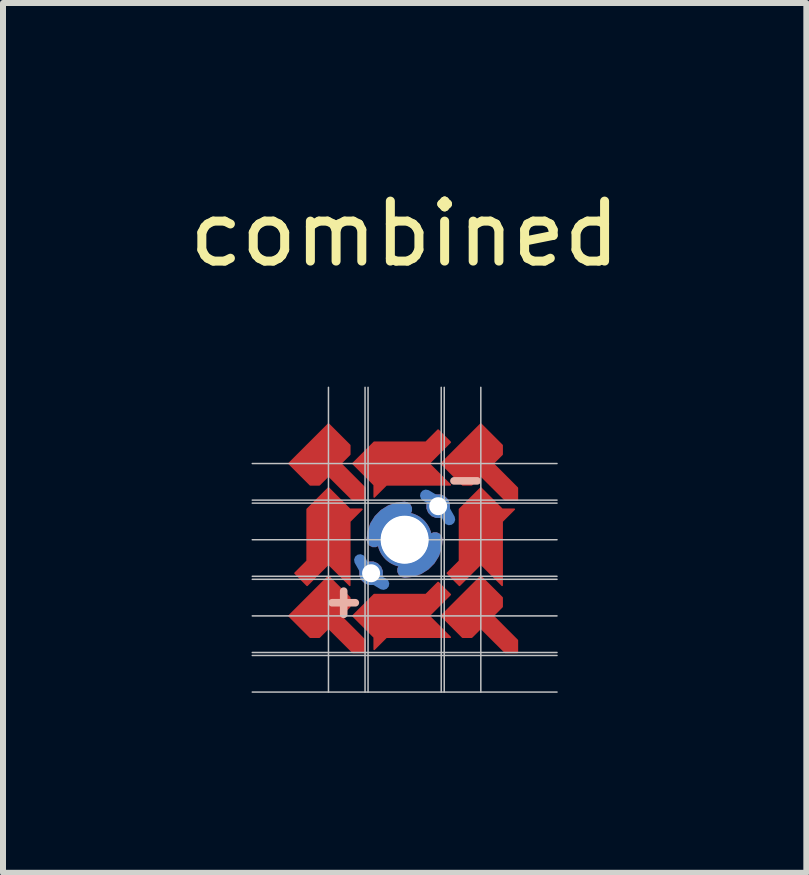
<source format=kicad_pcb>
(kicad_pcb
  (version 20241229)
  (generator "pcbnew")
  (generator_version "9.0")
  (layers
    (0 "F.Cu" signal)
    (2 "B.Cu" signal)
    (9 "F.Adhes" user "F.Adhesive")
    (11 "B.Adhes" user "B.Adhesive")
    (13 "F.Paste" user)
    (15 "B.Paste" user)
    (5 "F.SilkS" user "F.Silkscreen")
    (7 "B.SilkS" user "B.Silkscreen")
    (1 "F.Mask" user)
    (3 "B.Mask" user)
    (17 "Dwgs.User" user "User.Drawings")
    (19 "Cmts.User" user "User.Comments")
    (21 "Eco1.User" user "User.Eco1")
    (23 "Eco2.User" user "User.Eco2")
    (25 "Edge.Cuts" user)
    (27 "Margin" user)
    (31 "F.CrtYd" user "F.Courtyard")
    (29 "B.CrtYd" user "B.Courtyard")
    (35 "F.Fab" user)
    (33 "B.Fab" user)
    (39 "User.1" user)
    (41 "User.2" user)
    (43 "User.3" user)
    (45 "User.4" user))
  (footprint "combined"
    (layer "F.Cu")
    (at 3.696 5.948)
    (property "Reference" "combined" (at 0 -5.1 0) (layer "F.SilkS") (effects (font (size 1 1) (thickness 0.15))))
    (attr through_hole)
    (fp_line (start -2.54 -1.27) (end 2.54 -1.27) (stroke (width 0.025) (type solid)) (layer "Dwgs.User"))
    (fp_line (start -2.54 0) (end 2.54 0) (stroke (width 0.025) (type solid)) (layer "Dwgs.User"))
    (fp_line (start -2.54 1.27) (end 2.54 1.27) (stroke (width 0.025) (type solid)) (layer "Dwgs.User"))
    (fp_line (start -2.54 2.54) (end 2.54 2.54) (stroke (width 0.025) (type solid)) (layer "Dwgs.User"))
    (fp_line (start -1.27 -2.54) (end -1.27 2.54) (stroke (width 0.025) (type solid)) (layer "Dwgs.User"))
    (fp_line (start -0.66 2.54) (end -0.66 -2.54) (stroke (width 0.025) (type solid)) (layer "Dwgs.User"))
    (fp_line (start -0.61 2.54) (end -0.61 -2.54) (stroke (width 0.025) (type solid)) (layer "Dwgs.User"))
    (fp_line (start 0.61 2.54) (end 0.61 -2.54) (stroke (width 0.025) (type solid)) (layer "Dwgs.User"))
    (fp_line (start 0.66 2.54) (end 0.66 -2.54) (stroke (width 0.025) (type solid)) (layer "Dwgs.User"))
    (fp_line (start 1.27 2.54) (end 1.27 -2.54) (stroke (width 0.025) (type solid)) (layer "Dwgs.User"))
    (fp_line (start 2.54 -0.66) (end -2.54 -0.66) (stroke (width 0.025) (type solid)) (layer "Dwgs.User"))
    (fp_line (start 2.54 -0.61) (end -2.54 -0.61) (stroke (width 0.025) (type solid)) (layer "Dwgs.User"))
    (fp_line (start 2.54 0.61) (end -2.54 0.61) (stroke (width 0.025) (type solid)) (layer "Dwgs.User"))
    (fp_line (start 2.54 0.66) (end -2.54 0.66) (stroke (width 0.025) (type solid)) (layer "Dwgs.User"))
    (fp_line (start 2.54 1.88) (end -2.54 1.88) (stroke (width 0.025) (type solid)) (layer "Dwgs.User"))
    (fp_line (start 2.54 1.93) (end -2.54 1.93) (stroke (width 0.025) (type solid)) (layer "Dwgs.User"))
    (fp_text user "+" (at -1.016 1.016 0) (unlocked yes) (layer "B.SilkS") (effects (font (size 0.508 0.508) (thickness 0.127))))
    (fp_text user "-" (at 1.016 -1.016 0) (unlocked yes) (layer "B.SilkS") (effects (font (size 0.508 0.508) (thickness 0.127))))
    (pad "1" smd custom (at -1.27 -0.864) (size 0.025 0.025) (layers "F.Cu" "F.Mask" "F.Paste") (options (anchor circle)) (primitives (gr_poly (pts (xy 0 0) (xy 0.356 0.356) (xy 0.559 0.356) (xy 0.356 0.559) (xy 0.356 1.626) (xy 0 1.27) (xy -0.356 1.626) (xy -0.559 1.422) (xy -0.356 1.219) (xy -0.356 0.356)) (width 0.025) (fill yes))))
    (pad "1" smd custom (at -0.864 -1.27 90) (size 0.025 0.025) (layers "F.Cu" "F.Mask" "F.Paste") (options (anchor circle)) (primitives (gr_poly (pts (xy 0 0) (xy -0.356 0.356) (xy -0.559 0.356) (xy -0.356 0.559) (xy -0.356 1.626) (xy 0 1.27) (xy 0.356 1.626) (xy 0.559 1.422) (xy 0.356 1.219) (xy 0.356 0.356)) (width 0.025) (fill yes))))
    (pad "1" smd custom (at -0.864 1.27 90) (size 0.025 0.025) (layers "F.Cu" "F.Mask" "F.Paste") (options (anchor circle)) (primitives (gr_poly (pts (xy 0 0) (xy -0.356 0.356) (xy -0.559 0.356) (xy -0.356 0.559) (xy -0.356 1.626) (xy 0 1.27) (xy 0.356 1.626) (xy 0.559 1.422) (xy 0.356 1.219) (xy 0.356 0.356)) (width 0.025) (fill yes))))
    (pad "1" smd custom (at -0.66 -0.66) (size 0.025 0.025) (layers "F.Cu" "F.Mask" "F.Paste") (options (anchor circle)) (primitives (gr_poly (pts (xy 0 -0.203) (xy -0.406 -0.61) (xy -0.254 -0.762) (xy -0.254 -0.914) (xy -0.61 -1.27) (xy -1.27 -0.61) (xy -0.914 -0.254) (xy -0.762 -0.254) (xy -0.61 -0.406) (xy -0.203 0) (xy 0 0)) (width 0.025) (fill yes))))
    (pad "1" smd custom (at -0.66 1.88) (size 0.025 0.025) (layers "F.Cu" "F.Mask" "F.Paste") (options (anchor circle)) (primitives (gr_poly (pts (xy 0 -0.203) (xy -0.406 -0.61) (xy -0.254 -0.762) (xy -0.254 -0.914) (xy -0.61 -1.27) (xy -1.27 -0.61) (xy -0.914 -0.254) (xy -0.762 -0.254) (xy -0.61 -0.406) (xy -0.203 0) (xy 0 0)) (width 0.025) (fill yes))))
    (pad "1" smd custom (at 0 0 270) (size 0.001 0.001) (layers "F.Cu" "F.Mask" "F.Paste") (options (anchor rect)) (primitives (gr_arc (start 0 -0.508) (mid 0.358583 -0.359837) (end 0.507997 -0.001773) (width 0.254))))
    (pad "1" smd custom (at 0 0 90) (size 0.001 0.001) (layers "F.Cu" "F.Mask" "F.Paste") (options (anchor rect)) (primitives (gr_arc (start 0 -0.508) (mid 0.358583 -0.359837) (end 0.507997 -0.001773) (width 0.254))))
    (pad "1" smd custom (at 0 0 90) (size 0.001 0.001) (layers "B.Cu" "B.Mask" "B.Paste") (options (anchor rect)) (primitives (gr_arc (start 0 -0.508) (mid 0.358895 -0.359525) (end 0.507998 -0.00089) (width 0.254))))
    (pad "1" smd custom (at 0 0 270) (size 0.001 0.001) (layers "B.Cu" "B.Mask" "B.Paste") (options (anchor rect)) (primitives (gr_arc (start 0 -0.508) (mid 0.358583 -0.359837) (end 0.507997 -0.001773) (width 0.254))))
    (pad "1" thru_hole circle (at 0 0) (size 0.889 0.889) (drill 0.8) (layers "*.Cu" "F.Mask"))
    (pad "1" thru_hole circle (at 0 0) (size 0.914 0.914) (drill 0.787) (layers "*.Cu" "*.Mask"))
    (pad "1" smd custom (at 1.27 -0.864) (size 0.025 0.025) (layers "F.Cu" "F.Mask" "F.Paste") (options (anchor circle)) (primitives (gr_poly (pts (xy 0 0) (xy 0.356 0.356) (xy 0.559 0.356) (xy 0.356 0.559) (xy 0.356 1.626) (xy 0 1.27) (xy -0.356 1.626) (xy -0.559 1.422) (xy -0.356 1.219) (xy -0.356 0.356)) (width 0.025) (fill yes))))
    (pad "1" smd custom (at 1.88 -0.66) (size 0.025 0.025) (layers "F.Cu" "F.Mask" "F.Paste") (options (anchor circle)) (primitives (gr_poly (pts (xy 0 -0.203) (xy -0.406 -0.61) (xy -0.254 -0.762) (xy -0.254 -0.914) (xy -0.61 -1.27) (xy -1.27 -0.61) (xy -0.914 -0.254) (xy -0.762 -0.254) (xy -0.61 -0.406) (xy -0.203 0) (xy 0 0)) (width 0.025) (fill yes))))
    (pad "1" smd custom (at 1.88 1.88) (size 0.025 0.025) (layers "F.Cu" "F.Mask" "F.Paste") (options (anchor circle)) (primitives (gr_poly (pts (xy 0 -0.203) (xy -0.406 -0.61) (xy -0.254 -0.762) (xy -0.254 -0.914) (xy -0.61 -1.27) (xy -1.27 -0.61) (xy -0.914 -0.254) (xy -0.762 -0.254) (xy -0.61 -0.406) (xy -0.203 0) (xy 0 0)) (width 0.025) (fill yes))))
    (pad "2" smd custom (at -0.635 0.635 90) (size 0.001 0.001) (layers "B.Cu" "B.Mask" "B.Paste") (options (anchor rect)) (primitives (gr_arc (start -0.1016 0.2794) (mid 0.062398 0.050911) (end 0.294099 -0.108517) (width 0.2))))
    (pad "2" thru_hole custom (at -0.559 0.559 90) (size 0.4 0.4) (drill 0.3) (layers "*.Cu" "B.Mask") (options (anchor circle)) (primitives))
    (pad "3" thru_hole custom (at 0.559 -0.559 270) (size 0.4 0.4) (drill 0.3) (layers "*.Cu" "B.Mask") (options (anchor circle)) (primitives))
    (pad "3" smd custom (at 0.635 -0.635 270) (size 0.001 0.001) (layers "B.Cu" "B.Mask" "B.Paste") (options (anchor rect)) (primitives (gr_arc (start -0.1016 0.2794) (mid 0.062397 0.050913) (end 0.294095 -0.108515) (width 0.2)))))
  (gr_rect
    (start -3 -3)
    (end 10.393 11.501)
    (stroke (width 0.1) (type default))
    (fill no)
    (layer "Edge.Cuts")))
</source>
